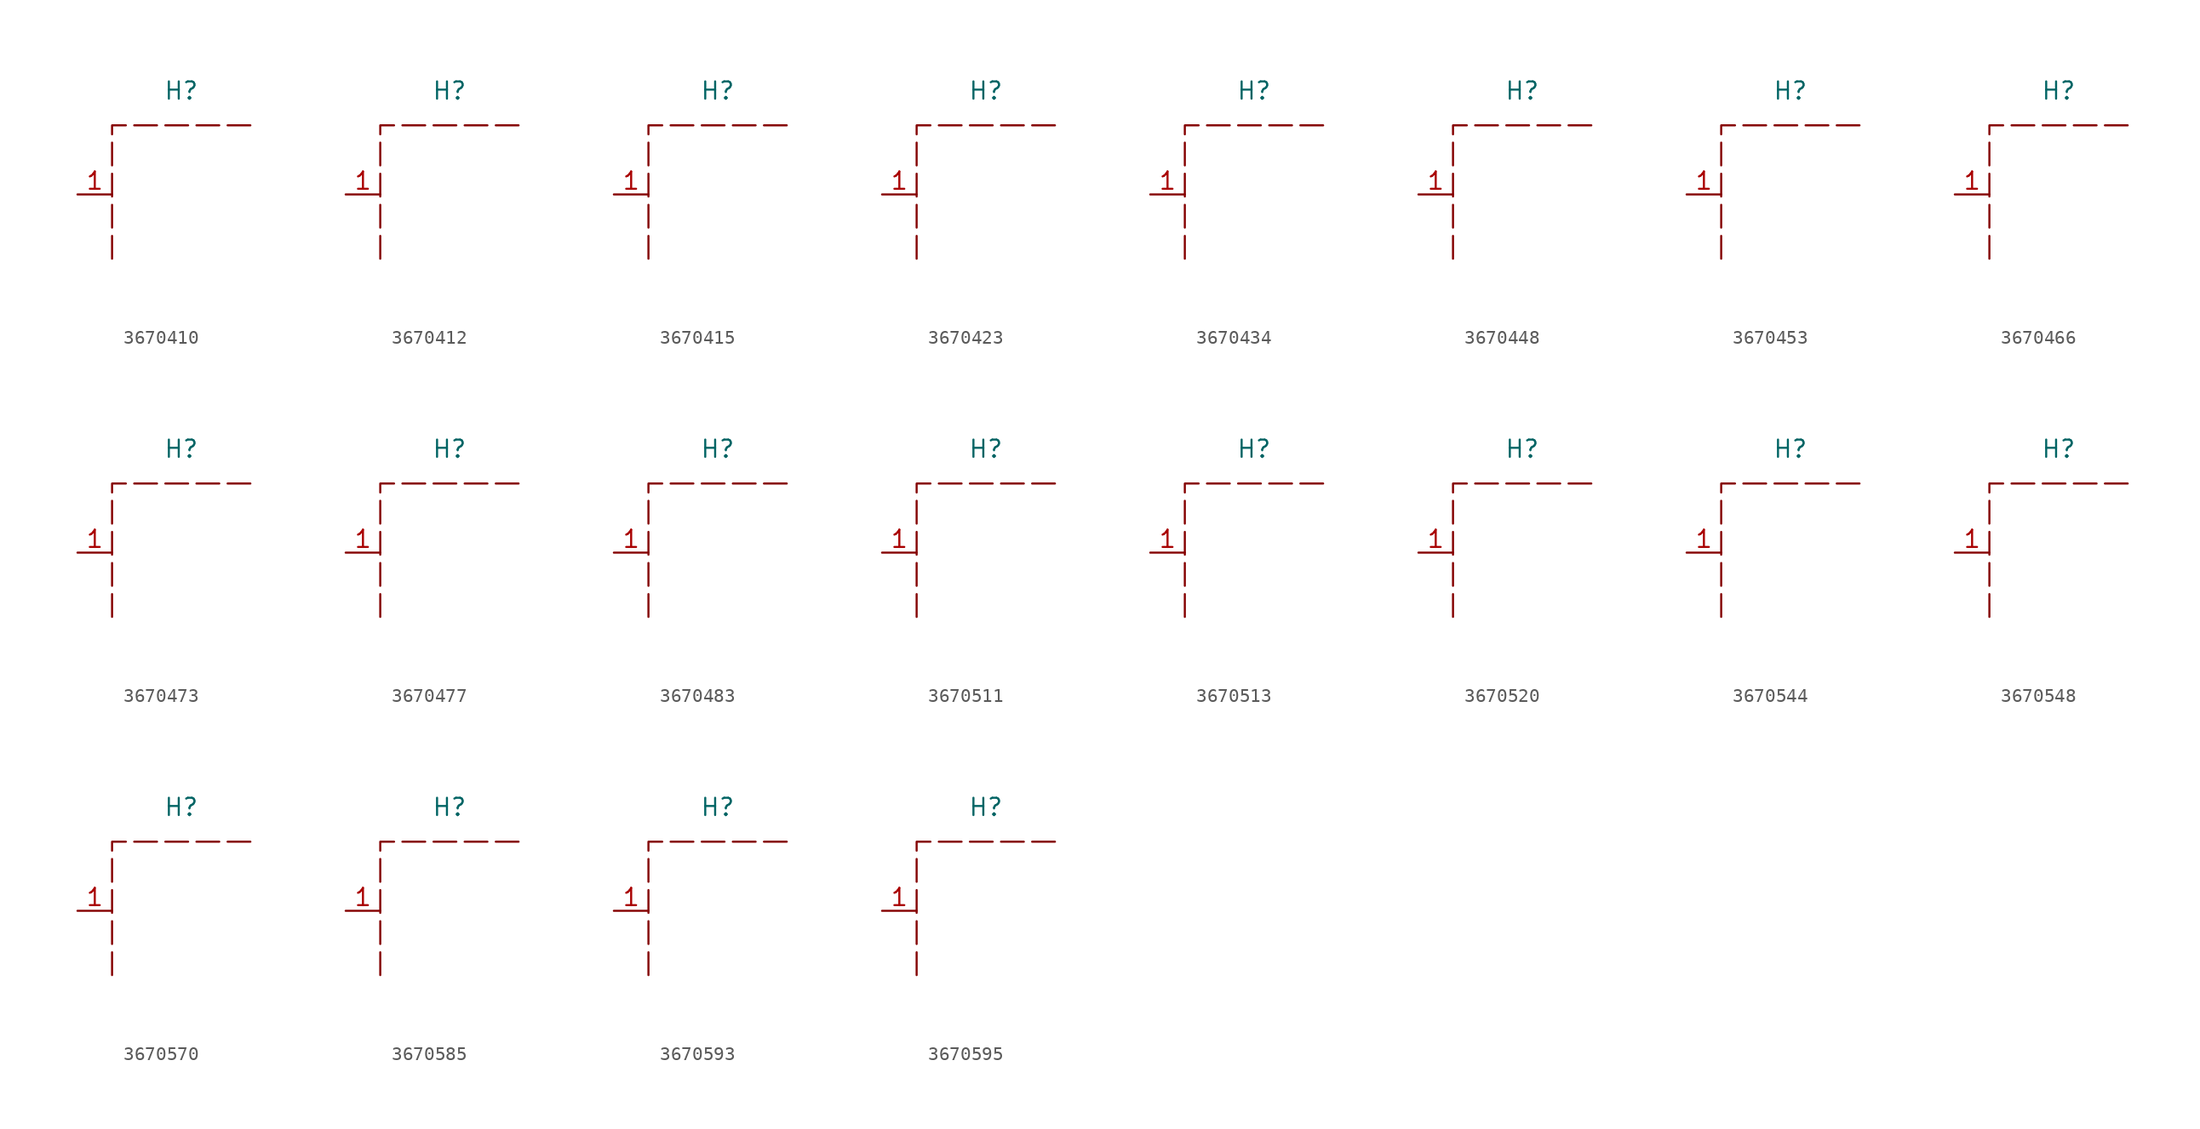
<source format=kicad_sym>
(kicad_symbol_lib
  (version 20220914)
  (generator kicad_symbol_editor)
  (symbol "3670410"
    (pin_names hide)
    (property "Reference" "H"
      (at 0 7.62 0)
      (effects (font (size 1.27 1.27))))
    (property "Critical Parameter" ""
      (at 0 -7.62 0)
      (effects (font (size 1.27 1.27))))
    (symbol "3670410_1_1"
      (polyline (pts (xy 5.08 5.08) (xy -5.08 5.08) (xy -5.08 -5.08)) (stroke (width 0) (type dash)) (fill (type none)))
      (pin power_in line (at -7.62 0 0) (length 2.54) (name "GND" (effects (font (size 1.27 1.27)))) (number "1" (effects (font (size 1.27 1.27)))))))
  (symbol "3670412"
    (pin_names hide)
    (property "Reference" "H"
      (at 0 7.62 0)
      (effects (font (size 1.27 1.27))))
    (property "Critical Parameter" ""
      (at 0 -7.62 0)
      (effects (font (size 1.27 1.27))))
    (symbol "3670412_1_1"
      (polyline (pts (xy 5.08 5.08) (xy -5.08 5.08) (xy -5.08 -5.08)) (stroke (width 0) (type dash)) (fill (type none)))
      (pin power_in line (at -7.62 0 0) (length 2.54) (name "GND" (effects (font (size 1.27 1.27)))) (number "1" (effects (font (size 1.27 1.27)))))))
  (symbol "3670415"
    (pin_names hide)
    (property "Reference" "H"
      (at 0 7.62 0)
      (effects (font (size 1.27 1.27))))
    (property "Critical Parameter" ""
      (at 0 -7.62 0)
      (effects (font (size 1.27 1.27))))
    (symbol "3670415_1_1"
      (polyline (pts (xy 5.08 5.08) (xy -5.08 5.08) (xy -5.08 -5.08)) (stroke (width 0) (type dash)) (fill (type none)))
      (pin power_in line (at -7.62 0 0) (length 2.54) (name "GND" (effects (font (size 1.27 1.27)))) (number "1" (effects (font (size 1.27 1.27)))))))
  (symbol "3670423"
    (pin_names hide)
    (property "Reference" "H"
      (at 0 7.62 0)
      (effects (font (size 1.27 1.27))))
    (property "Critical Parameter" ""
      (at 0 -7.62 0)
      (effects (font (size 1.27 1.27))))
    (symbol "3670423_1_1"
      (polyline (pts (xy 5.08 5.08) (xy -5.08 5.08) (xy -5.08 -5.08)) (stroke (width 0) (type dash)) (fill (type none)))
      (pin power_in line (at -7.62 0 0) (length 2.54) (name "GND" (effects (font (size 1.27 1.27)))) (number "1" (effects (font (size 1.27 1.27)))))))
  (symbol "3670434"
    (pin_names hide)
    (property "Reference" "H"
      (at 0 7.62 0)
      (effects (font (size 1.27 1.27))))
    (property "Critical Parameter" ""
      (at 0 -7.62 0)
      (effects (font (size 1.27 1.27))))
    (symbol "3670434_1_1"
      (polyline (pts (xy 5.08 5.08) (xy -5.08 5.08) (xy -5.08 -5.08)) (stroke (width 0) (type dash)) (fill (type none)))
      (pin power_in line (at -7.62 0 0) (length 2.54) (name "GND" (effects (font (size 1.27 1.27)))) (number "1" (effects (font (size 1.27 1.27)))))))
  (symbol "3670448"
    (pin_names hide)
    (property "Reference" "H"
      (at 0 7.62 0)
      (effects (font (size 1.27 1.27))))
    (property "Critical Parameter" ""
      (at 0 -7.62 0)
      (effects (font (size 1.27 1.27))))
    (symbol "3670448_1_1"
      (polyline (pts (xy 5.08 5.08) (xy -5.08 5.08) (xy -5.08 -5.08)) (stroke (width 0) (type dash)) (fill (type none)))
      (pin power_in line (at -7.62 0 0) (length 2.54) (name "GND" (effects (font (size 1.27 1.27)))) (number "1" (effects (font (size 1.27 1.27)))))))
  (symbol "3670453"
    (pin_names hide)
    (property "Reference" "H"
      (at 0 7.62 0)
      (effects (font (size 1.27 1.27))))
    (property "Critical Parameter" ""
      (at 0 -7.62 0)
      (effects (font (size 1.27 1.27))))
    (symbol "3670453_1_1"
      (polyline (pts (xy 5.08 5.08) (xy -5.08 5.08) (xy -5.08 -5.08)) (stroke (width 0) (type dash)) (fill (type none)))
      (pin power_in line (at -7.62 0 0) (length 2.54) (name "GND" (effects (font (size 1.27 1.27)))) (number "1" (effects (font (size 1.27 1.27)))))))
  (symbol "3670466"
    (pin_names hide)
    (property "Reference" "H"
      (at 0 7.62 0)
      (effects (font (size 1.27 1.27))))
    (property "Critical Parameter" ""
      (at 0 -7.62 0)
      (effects (font (size 1.27 1.27))))
    (symbol "3670466_1_1"
      (polyline (pts (xy 5.08 5.08) (xy -5.08 5.08) (xy -5.08 -5.08)) (stroke (width 0) (type dash)) (fill (type none)))
      (pin power_in line (at -7.62 0 0) (length 2.54) (name "GND" (effects (font (size 1.27 1.27)))) (number "1" (effects (font (size 1.27 1.27)))))))
  (symbol "3670473"
    (pin_names hide)
    (property "Reference" "H"
      (at 0 7.62 0)
      (effects (font (size 1.27 1.27))))
    (property "Critical Parameter" ""
      (at 0 -7.62 0)
      (effects (font (size 1.27 1.27))))
    (symbol "3670473_1_1"
      (polyline (pts (xy 5.08 5.08) (xy -5.08 5.08) (xy -5.08 -5.08)) (stroke (width 0) (type dash)) (fill (type none)))
      (pin power_in line (at -7.62 0 0) (length 2.54) (name "GND" (effects (font (size 1.27 1.27)))) (number "1" (effects (font (size 1.27 1.27)))))))
  (symbol "3670477"
    (pin_names hide)
    (property "Reference" "H"
      (at 0 7.62 0)
      (effects (font (size 1.27 1.27))))
    (property "Critical Parameter" ""
      (at 0 -7.62 0)
      (effects (font (size 1.27 1.27))))
    (symbol "3670477_1_1"
      (polyline (pts (xy 5.08 5.08) (xy -5.08 5.08) (xy -5.08 -5.08)) (stroke (width 0) (type dash)) (fill (type none)))
      (pin power_in line (at -7.62 0 0) (length 2.54) (name "GND" (effects (font (size 1.27 1.27)))) (number "1" (effects (font (size 1.27 1.27)))))))
  (symbol "3670483"
    (pin_names hide)
    (property "Reference" "H"
      (at 0 7.62 0)
      (effects (font (size 1.27 1.27))))
    (property "Critical Parameter" ""
      (at 0 -7.62 0)
      (effects (font (size 1.27 1.27))))
    (symbol "3670483_1_1"
      (polyline (pts (xy 5.08 5.08) (xy -5.08 5.08) (xy -5.08 -5.08)) (stroke (width 0) (type dash)) (fill (type none)))
      (pin power_in line (at -7.62 0 0) (length 2.54) (name "GND" (effects (font (size 1.27 1.27)))) (number "1" (effects (font (size 1.27 1.27)))))))
  (symbol "3670511"
    (pin_names hide)
    (property "Reference" "H"
      (at 0 7.62 0)
      (effects (font (size 1.27 1.27))))
    (property "Critical Parameter" ""
      (at 0 -7.62 0)
      (effects (font (size 1.27 1.27))))
    (symbol "3670511_1_1"
      (polyline (pts (xy 5.08 5.08) (xy -5.08 5.08) (xy -5.08 -5.08)) (stroke (width 0) (type dash)) (fill (type none)))
      (pin power_in line (at -7.62 0 0) (length 2.54) (name "GND" (effects (font (size 1.27 1.27)))) (number "1" (effects (font (size 1.27 1.27)))))))
  (symbol "3670513"
    (pin_names hide)
    (property "Reference" "H"
      (at 0 7.62 0)
      (effects (font (size 1.27 1.27))))
    (property "Critical Parameter" ""
      (at 0 -7.62 0)
      (effects (font (size 1.27 1.27))))
    (symbol "3670513_1_1"
      (polyline (pts (xy 5.08 5.08) (xy -5.08 5.08) (xy -5.08 -5.08)) (stroke (width 0) (type dash)) (fill (type none)))
      (pin power_in line (at -7.62 0 0) (length 2.54) (name "GND" (effects (font (size 1.27 1.27)))) (number "1" (effects (font (size 1.27 1.27)))))))
  (symbol "3670520"
    (pin_names hide)
    (property "Reference" "H"
      (at 0 7.62 0)
      (effects (font (size 1.27 1.27))))
    (property "Critical Parameter" ""
      (at 0 -7.62 0)
      (effects (font (size 1.27 1.27))))
    (symbol "3670520_1_1"
      (polyline (pts (xy 5.08 5.08) (xy -5.08 5.08) (xy -5.08 -5.08)) (stroke (width 0) (type dash)) (fill (type none)))
      (pin power_in line (at -7.62 0 0) (length 2.54) (name "GND" (effects (font (size 1.27 1.27)))) (number "1" (effects (font (size 1.27 1.27)))))))
  (symbol "3670544"
    (pin_names hide)
    (property "Reference" "H"
      (at 0 7.62 0)
      (effects (font (size 1.27 1.27))))
    (property "Critical Parameter" ""
      (at 0 -7.62 0)
      (effects (font (size 1.27 1.27))))
    (symbol "3670544_1_1"
      (polyline (pts (xy 5.08 5.08) (xy -5.08 5.08) (xy -5.08 -5.08)) (stroke (width 0) (type dash)) (fill (type none)))
      (pin power_in line (at -7.62 0 0) (length 2.54) (name "GND" (effects (font (size 1.27 1.27)))) (number "1" (effects (font (size 1.27 1.27)))))))
  (symbol "3670548"
    (pin_names hide)
    (property "Reference" "H"
      (at 0 7.62 0)
      (effects (font (size 1.27 1.27))))
    (property "Critical Parameter" ""
      (at 0 -7.62 0)
      (effects (font (size 1.27 1.27))))
    (symbol "3670548_1_1"
      (polyline (pts (xy 5.08 5.08) (xy -5.08 5.08) (xy -5.08 -5.08)) (stroke (width 0) (type dash)) (fill (type none)))
      (pin power_in line (at -7.62 0 0) (length 2.54) (name "GND" (effects (font (size 1.27 1.27)))) (number "1" (effects (font (size 1.27 1.27)))))))
  (symbol "3670570"
    (pin_names hide)
    (property "Reference" "H"
      (at 0 7.62 0)
      (effects (font (size 1.27 1.27))))
    (property "Critical Parameter" ""
      (at 0 -7.62 0)
      (effects (font (size 1.27 1.27))))
    (symbol "3670570_1_1"
      (polyline (pts (xy 5.08 5.08) (xy -5.08 5.08) (xy -5.08 -5.08)) (stroke (width 0) (type dash)) (fill (type none)))
      (pin power_in line (at -7.62 0 0) (length 2.54) (name "GND" (effects (font (size 1.27 1.27)))) (number "1" (effects (font (size 1.27 1.27)))))))
  (symbol "3670585"
    (pin_names hide)
    (property "Reference" "H"
      (at 0 7.62 0)
      (effects (font (size 1.27 1.27))))
    (property "Critical Parameter" ""
      (at 0 -7.62 0)
      (effects (font (size 1.27 1.27))))
    (symbol "3670585_1_1"
      (polyline (pts (xy 5.08 5.08) (xy -5.08 5.08) (xy -5.08 -5.08)) (stroke (width 0) (type dash)) (fill (type none)))
      (pin power_in line (at -7.62 0 0) (length 2.54) (name "GND" (effects (font (size 1.27 1.27)))) (number "1" (effects (font (size 1.27 1.27)))))))
  (symbol "3670593"
    (pin_names hide)
    (property "Reference" "H"
      (at 0 7.62 0)
      (effects (font (size 1.27 1.27))))
    (property "Critical Parameter" ""
      (at 0 -7.62 0)
      (effects (font (size 1.27 1.27))))
    (symbol "3670593_1_1"
      (polyline (pts (xy 5.08 5.08) (xy -5.08 5.08) (xy -5.08 -5.08)) (stroke (width 0) (type dash)) (fill (type none)))
      (pin power_in line (at -7.62 0 0) (length 2.54) (name "GND" (effects (font (size 1.27 1.27)))) (number "1" (effects (font (size 1.27 1.27)))))))
  (symbol "3670595"
    (pin_names hide)
    (property "Reference" "H"
      (at 0 7.62 0)
      (effects (font (size 1.27 1.27))))
    (property "Critical Parameter" ""
      (at 0 -7.62 0)
      (effects (font (size 1.27 1.27))))
    (symbol "3670595_1_1"
      (polyline (pts (xy 5.08 5.08) (xy -5.08 5.08) (xy -5.08 -5.08)) (stroke (width 0) (type dash)) (fill (type none)))
      (pin power_in line (at -7.62 0 0) (length 2.54) (name "GND" (effects (font (size 1.27 1.27)))) (number "1" (effects (font (size 1.27 1.27))))))))
</source>
